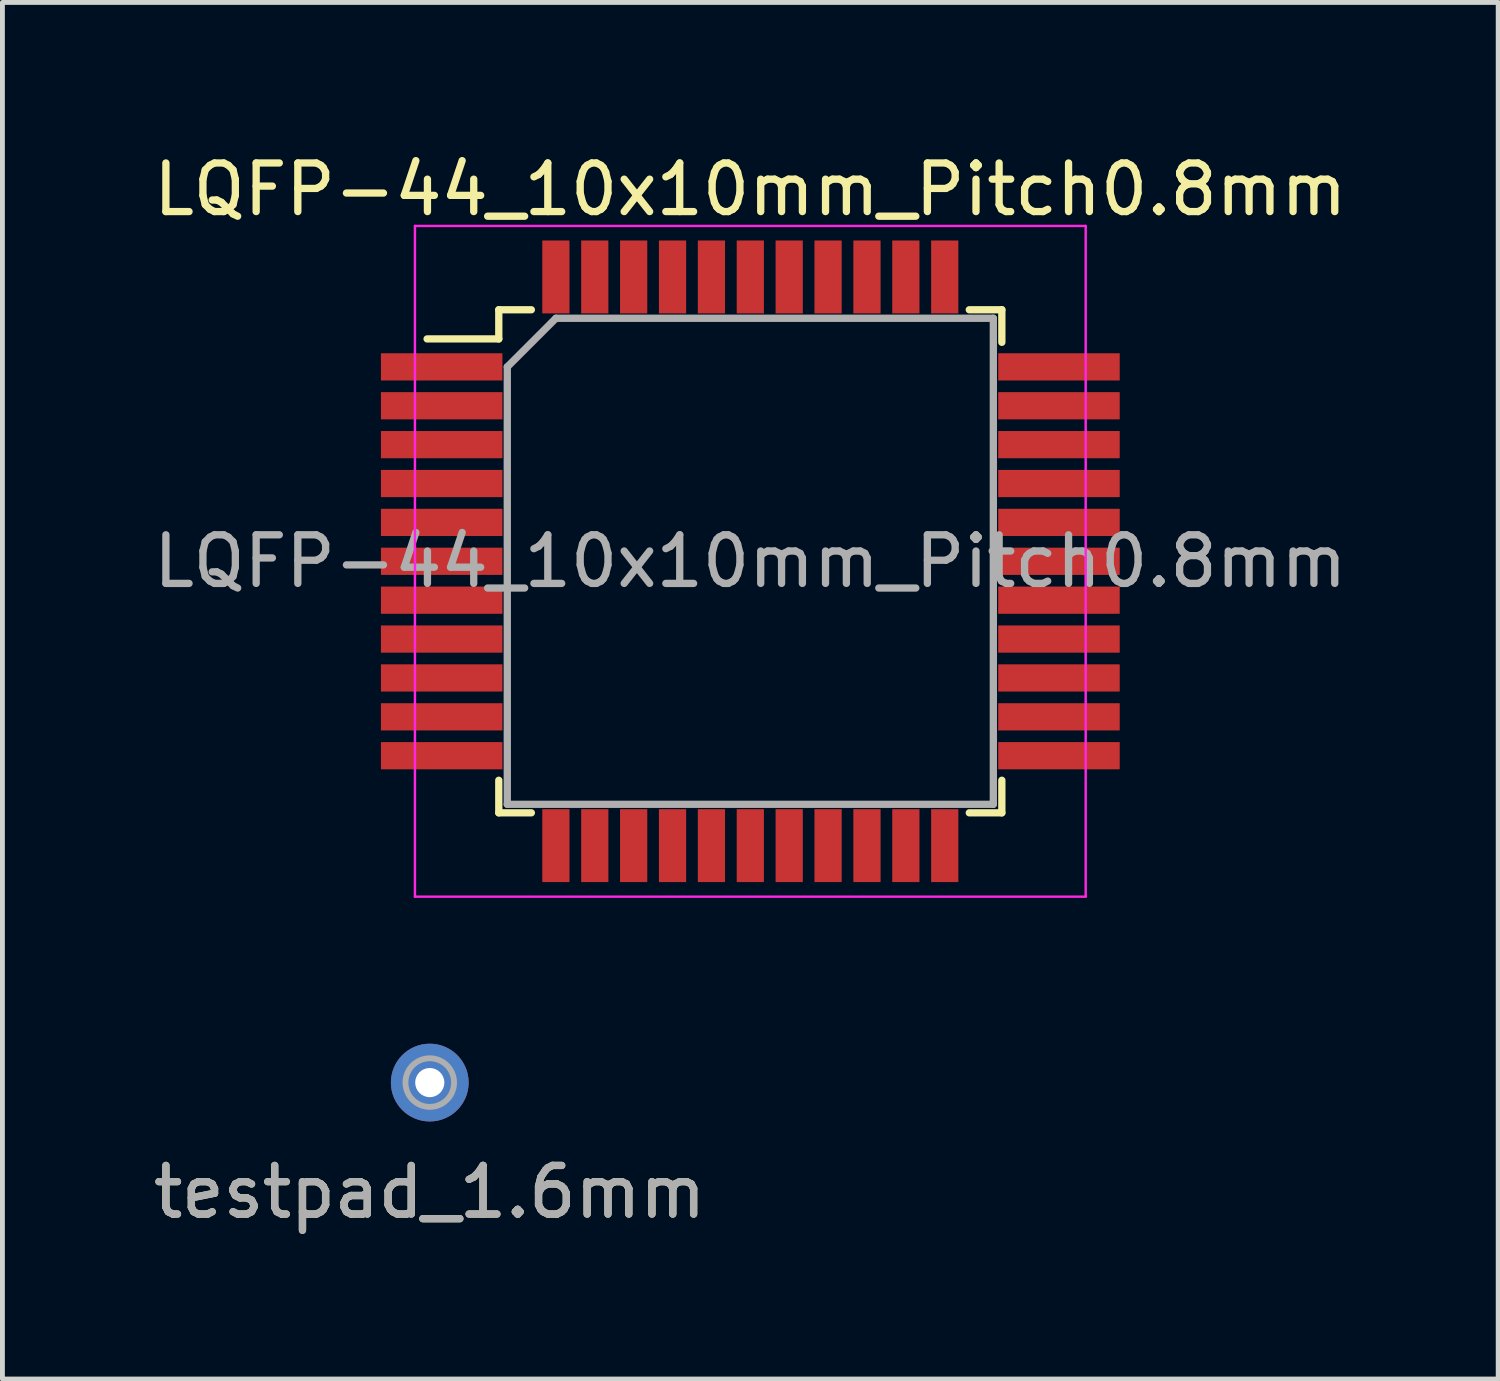
<source format=kicad_pcb>
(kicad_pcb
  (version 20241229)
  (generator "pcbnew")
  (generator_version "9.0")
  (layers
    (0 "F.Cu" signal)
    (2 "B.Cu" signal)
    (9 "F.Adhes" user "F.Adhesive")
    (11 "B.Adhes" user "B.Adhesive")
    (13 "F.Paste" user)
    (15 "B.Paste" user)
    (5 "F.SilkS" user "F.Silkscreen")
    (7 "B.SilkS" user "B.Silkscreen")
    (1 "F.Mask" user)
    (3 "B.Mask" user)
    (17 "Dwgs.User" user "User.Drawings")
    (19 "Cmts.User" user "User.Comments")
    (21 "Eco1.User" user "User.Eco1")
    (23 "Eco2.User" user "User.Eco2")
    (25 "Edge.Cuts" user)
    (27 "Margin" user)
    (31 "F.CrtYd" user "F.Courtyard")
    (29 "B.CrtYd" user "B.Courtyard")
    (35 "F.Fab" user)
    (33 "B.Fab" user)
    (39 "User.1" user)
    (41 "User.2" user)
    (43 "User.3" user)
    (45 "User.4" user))
  (footprint "LQFP-44_10x10mm_Pitch0.8mm"
    (layer "F.Cu")
    (at 12.387 8.498)
    (property "Reference" "LQFP-44_10x10mm_Pitch0.8mm" (at 0 -7.65 0) (layer "F.SilkS") (effects (font (size 1 1) (thickness 0.15))))
    (attr smd)
    (fp_line (start -5.175 -5.175) (end -5.175 -4.575) (stroke (width 0.15) (type solid)) (layer "F.SilkS"))
    (fp_line (start -5.175 -5.175) (end -4.505 -5.175) (stroke (width 0.15) (type solid)) (layer "F.SilkS"))
    (fp_line (start -5.175 -4.575) (end -6.65 -4.575) (stroke (width 0.15) (type solid)) (layer "F.SilkS"))
    (fp_line (start -5.175 5.175) (end -5.175 4.505) (stroke (width 0.15) (type solid)) (layer "F.SilkS"))
    (fp_line (start -5.175 5.175) (end -4.505 5.175) (stroke (width 0.15) (type solid)) (layer "F.SilkS"))
    (fp_line (start 5.175 -5.175) (end 4.505 -5.175) (stroke (width 0.15) (type solid)) (layer "F.SilkS"))
    (fp_line (start 5.175 -5.175) (end 5.175 -4.505) (stroke (width 0.15) (type solid)) (layer "F.SilkS"))
    (fp_line (start 5.175 5.175) (end 4.505 5.175) (stroke (width 0.15) (type solid)) (layer "F.SilkS"))
    (fp_line (start 5.175 5.175) (end 5.175 4.505) (stroke (width 0.15) (type solid)) (layer "F.SilkS"))
    (fp_line (start -6.9 -6.9) (end -6.9 6.9) (stroke (width 0.05) (type solid)) (layer "F.CrtYd"))
    (fp_line (start -6.9 -6.9) (end 6.9 -6.9) (stroke (width 0.05) (type solid)) (layer "F.CrtYd"))
    (fp_line (start -6.9 6.9) (end 6.9 6.9) (stroke (width 0.05) (type solid)) (layer "F.CrtYd"))
    (fp_line (start 6.9 -6.9) (end 6.9 6.9) (stroke (width 0.05) (type solid)) (layer "F.CrtYd"))
    (fp_line (start -5 -4) (end -4 -5) (stroke (width 0.15) (type solid)) (layer "F.Fab"))
    (fp_line (start -5 5) (end -5 -4) (stroke (width 0.15) (type solid)) (layer "F.Fab"))
    (fp_line (start -4 -5) (end 5 -5) (stroke (width 0.15) (type solid)) (layer "F.Fab"))
    (fp_line (start 5 -5) (end 5 5) (stroke (width 0.15) (type solid)) (layer "F.Fab"))
    (fp_line (start 5 5) (end -5 5) (stroke (width 0.15) (type solid)) (layer "F.Fab"))
    (fp_text user "${REFERENCE}" (at 0 0 0) (layer "F.Fab") (effects (font (size 1 1) (thickness 0.15))))
    (pad "1" smd rect (at -6.35 -4) (size 2.5 0.56) (layers "F.Cu" "F.Mask" "F.Paste"))
    (pad "2" smd rect (at -6.35 -3.2) (size 2.5 0.56) (layers "F.Cu" "F.Mask" "F.Paste"))
    (pad "3" smd rect (at -6.35 -2.4) (size 2.5 0.56) (layers "F.Cu" "F.Mask" "F.Paste"))
    (pad "4" smd rect (at -6.35 -1.6) (size 2.5 0.56) (layers "F.Cu" "F.Mask" "F.Paste"))
    (pad "5" smd rect (at -6.35 -0.8) (size 2.5 0.56) (layers "F.Cu" "F.Mask" "F.Paste"))
    (pad "6" smd rect (at -6.35 0) (size 2.5 0.56) (layers "F.Cu" "F.Mask" "F.Paste"))
    (pad "7" smd rect (at -6.35 0.8) (size 2.5 0.56) (layers "F.Cu" "F.Mask" "F.Paste"))
    (pad "8" smd rect (at -6.35 1.6) (size 2.5 0.56) (layers "F.Cu" "F.Mask" "F.Paste"))
    (pad "9" smd rect (at -6.35 2.4) (size 2.5 0.56) (layers "F.Cu" "F.Mask" "F.Paste"))
    (pad "10" smd rect (at -6.35 3.2) (size 2.5 0.56) (layers "F.Cu" "F.Mask" "F.Paste"))
    (pad "11" smd rect (at -6.35 4) (size 2.5 0.56) (layers "F.Cu" "F.Mask" "F.Paste"))
    (pad "12" smd rect (at -4 5.85 90) (size 1.5 0.56) (layers "F.Cu" "F.Mask" "F.Paste"))
    (pad "13" smd rect (at -3.2 5.85 90) (size 1.5 0.56) (layers "F.Cu" "F.Mask" "F.Paste"))
    (pad "14" smd rect (at -2.4 5.85 90) (size 1.5 0.56) (layers "F.Cu" "F.Mask" "F.Paste"))
    (pad "15" smd rect (at -1.6 5.85 90) (size 1.5 0.56) (layers "F.Cu" "F.Mask" "F.Paste"))
    (pad "16" smd rect (at -0.8 5.85 90) (size 1.5 0.56) (layers "F.Cu" "F.Mask" "F.Paste"))
    (pad "17" smd rect (at 0 5.85 90) (size 1.5 0.56) (layers "F.Cu" "F.Mask" "F.Paste"))
    (pad "18" smd rect (at 0.8 5.85 90) (size 1.5 0.56) (layers "F.Cu" "F.Mask" "F.Paste"))
    (pad "19" smd rect (at 1.6 5.85 90) (size 1.5 0.56) (layers "F.Cu" "F.Mask" "F.Paste"))
    (pad "20" smd rect (at 2.4 5.85 90) (size 1.5 0.56) (layers "F.Cu" "F.Mask" "F.Paste"))
    (pad "21" smd rect (at 3.2 5.85 90) (size 1.5 0.56) (layers "F.Cu" "F.Mask" "F.Paste"))
    (pad "22" smd rect (at 4 5.85 90) (size 1.5 0.56) (layers "F.Cu" "F.Mask" "F.Paste"))
    (pad "23" smd rect (at 6.35 4) (size 2.5 0.56) (layers "F.Cu" "F.Mask" "F.Paste"))
    (pad "24" smd rect (at 6.35 3.2) (size 2.5 0.56) (layers "F.Cu" "F.Mask" "F.Paste"))
    (pad "25" smd rect (at 6.35 2.4) (size 2.5 0.56) (layers "F.Cu" "F.Mask" "F.Paste"))
    (pad "26" smd rect (at 6.35 1.6) (size 2.5 0.56) (layers "F.Cu" "F.Mask" "F.Paste"))
    (pad "27" smd rect (at 6.35 0.8) (size 2.5 0.56) (layers "F.Cu" "F.Mask" "F.Paste"))
    (pad "28" smd rect (at 6.35 0) (size 2.5 0.56) (layers "F.Cu" "F.Mask" "F.Paste"))
    (pad "29" smd rect (at 6.35 -0.8) (size 2.5 0.56) (layers "F.Cu" "F.Mask" "F.Paste"))
    (pad "30" smd rect (at 6.35 -1.6) (size 2.5 0.56) (layers "F.Cu" "F.Mask" "F.Paste"))
    (pad "31" smd rect (at 6.35 -2.4) (size 2.5 0.56) (layers "F.Cu" "F.Mask" "F.Paste"))
    (pad "32" smd rect (at 6.35 -3.2) (size 2.5 0.56) (layers "F.Cu" "F.Mask" "F.Paste"))
    (pad "33" smd rect (at 6.35 -4) (size 2.5 0.56) (layers "F.Cu" "F.Mask" "F.Paste"))
    (pad "34" smd rect (at 4 -5.85 90) (size 1.5 0.56) (layers "F.Cu" "F.Mask" "F.Paste"))
    (pad "35" smd rect (at 3.2 -5.85 90) (size 1.5 0.56) (layers "F.Cu" "F.Mask" "F.Paste"))
    (pad "36" smd rect (at 2.4 -5.85 90) (size 1.5 0.56) (layers "F.Cu" "F.Mask" "F.Paste"))
    (pad "37" smd rect (at 1.6 -5.85 90) (size 1.5 0.56) (layers "F.Cu" "F.Mask" "F.Paste"))
    (pad "38" smd rect (at 0.8 -5.85 90) (size 1.5 0.56) (layers "F.Cu" "F.Mask" "F.Paste"))
    (pad "39" smd rect (at 0 -5.85 90) (size 1.5 0.56) (layers "F.Cu" "F.Mask" "F.Paste"))
    (pad "40" smd rect (at -0.8 -5.85 90) (size 1.5 0.56) (layers "F.Cu" "F.Mask" "F.Paste"))
    (pad "41" smd rect (at -1.6 -5.85 90) (size 1.5 0.56) (layers "F.Cu" "F.Mask" "F.Paste"))
    (pad "42" smd rect (at -2.4 -5.85 90) (size 1.5 0.56) (layers "F.Cu" "F.Mask" "F.Paste"))
    (pad "43" smd rect (at -3.2 -5.85 90) (size 1.5 0.56) (layers "F.Cu" "F.Mask" "F.Paste"))
    (pad "44" smd rect (at -4 -5.85 90) (size 1.5 0.56) (layers "F.Cu" "F.Mask" "F.Paste")))
  (footprint "testpad_1.6mm"
    (layer "F.Cu")
    (at 5.792 19.223)
    (property "Reference" "testpad_1.6mm" (at 0 2.25 0) (layer "F.SilkS") (effects (font (size 1 1) (thickness 0.15))))
    (attr through_hole)
    (fp_circle (center 0 0) (end 0.5 0) (stroke (width 0.12) (type solid)) (fill no) (layer "F.Fab"))
    (fp_text user "${REFERENCE}" (at 0 2.25 0) (layer "F.Fab") (effects (font (size 1 1) (thickness 0.15))))
    (pad "1" thru_hole circle (at 0 0) (size 1.6 1.6) (drill 0.6) (layers "*.Cu" "*.Mask")))
  (gr_rect
    (start -3 -3)
    (end 27.774 25.322)
    (stroke (width 0.1) (type default))
    (fill no)
    (layer "Edge.Cuts")))
</source>
